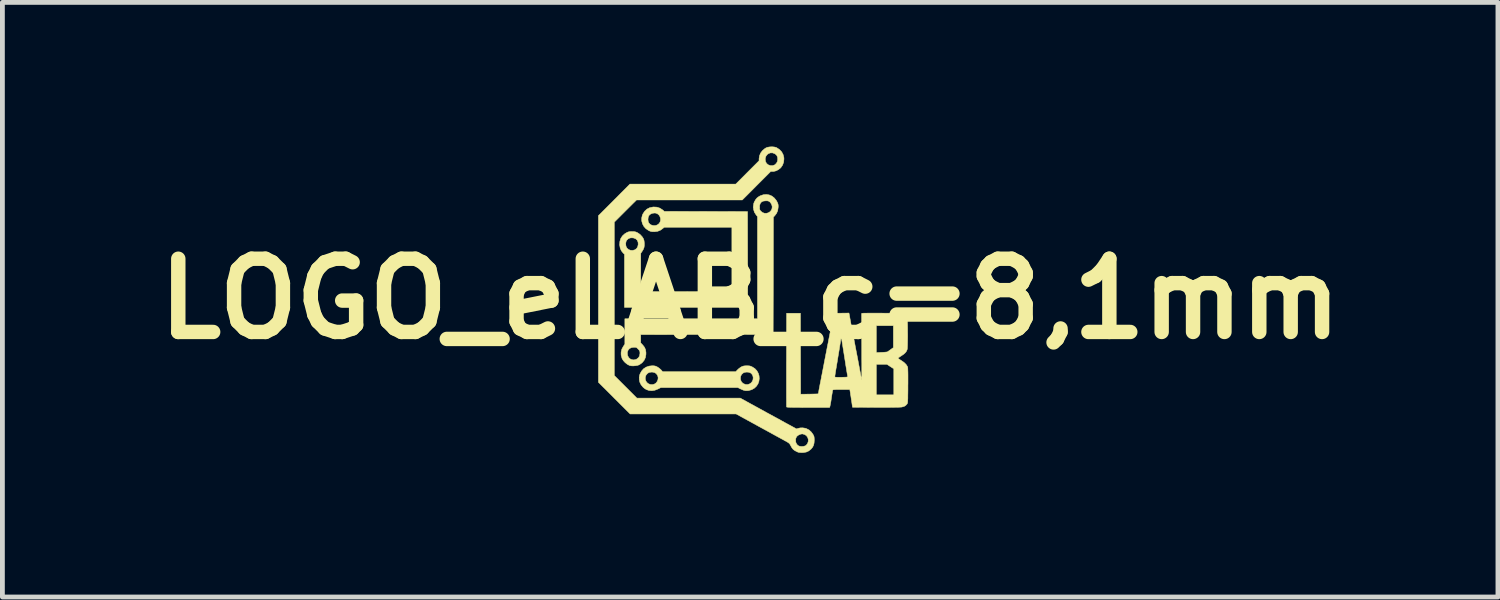
<source format=kicad_pcb>
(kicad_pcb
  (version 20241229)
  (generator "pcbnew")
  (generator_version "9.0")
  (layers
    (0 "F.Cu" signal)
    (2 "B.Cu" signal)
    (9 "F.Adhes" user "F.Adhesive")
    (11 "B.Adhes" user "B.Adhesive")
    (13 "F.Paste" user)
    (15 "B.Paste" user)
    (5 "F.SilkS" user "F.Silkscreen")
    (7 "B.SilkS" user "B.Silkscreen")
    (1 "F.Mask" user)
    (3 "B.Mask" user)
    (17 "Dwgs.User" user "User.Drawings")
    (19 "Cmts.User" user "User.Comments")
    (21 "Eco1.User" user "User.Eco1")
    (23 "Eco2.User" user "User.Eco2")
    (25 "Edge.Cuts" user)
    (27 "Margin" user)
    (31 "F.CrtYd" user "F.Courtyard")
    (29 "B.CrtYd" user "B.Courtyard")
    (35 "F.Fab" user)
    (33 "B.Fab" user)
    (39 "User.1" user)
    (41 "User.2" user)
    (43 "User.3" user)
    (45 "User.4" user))
  (footprint "LOGO_eLAB_c=8,1mm"
    (layer "F.Cu")
    (at 12.562 3.169)
    (property "Reference" "LOGO_eLAB_c=8,1mm" (at 0 0 0) (layer "F.SilkS") (effects (font (size 1.524 1.524) (thickness 0.3))))
    (attr through_hole)
    (fp_poly (pts (xy -0.034 1.394) (xy -0.006 1.397) (xy 0.019 1.406) (xy 0.045 1.418) (xy 0.099 1.453) (xy 0.14 1.497) (xy 0.168 1.548) (xy 0.185 1.602) (xy 0.189 1.659) (xy 0.182 1.715) (xy 0.163 1.768) (xy 0.132 1.816) (xy 0.09 1.857) (xy 0.037 1.888) (xy 0.014 1.896) (xy -0.041 1.91) (xy -0.091 1.912) (xy -0.141 1.901) (xy -0.196 1.877) (xy -0.197 1.877) (xy -0.258 1.846) (xy -1.858 1.846) (xy -1.92 1.877) (xy -1.984 1.902) (xy -2.046 1.912) (xy -2.105 1.907) (xy -2.121 1.902) (xy -2.162 1.887) (xy -2.194 1.868) (xy -2.225 1.843) (xy -2.23 1.838) (xy -2.271 1.788) (xy -2.298 1.732) (xy -2.309 1.671) (xy -2.307 1.634) (xy -2.183 1.634) (xy -2.182 1.675) (xy -2.169 1.713) (xy -2.146 1.745) (xy -2.114 1.769) (xy -2.075 1.783) (xy -2.033 1.785) (xy -1.995 1.775) (xy -1.96 1.752) (xy -1.934 1.718) (xy -1.919 1.678) (xy -1.916 1.647) (xy -0.204 1.647) (xy -0.199 1.687) (xy -0.183 1.725) (xy -0.154 1.756) (xy -0.135 1.767) (xy -0.094 1.783) (xy -0.055 1.784) (xy -0.012 1.771) (xy -0.012 1.77) (xy 0.023 1.746) (xy 0.047 1.713) (xy 0.06 1.674) (xy 0.062 1.633) (xy 0.052 1.594) (xy 0.03 1.56) (xy 0.006 1.541) (xy -0.028 1.528) (xy -0.07 1.524) (xy -0.111 1.529) (xy -0.142 1.541) (xy -0.175 1.57) (xy -0.196 1.606) (xy -0.204 1.647) (xy -1.916 1.647) (xy -1.916 1.636) (xy -1.926 1.597) (xy -1.929 1.592) (xy -1.956 1.555) (xy -1.993 1.533) (xy -2.039 1.524) (xy -2.049 1.524) (xy -2.097 1.53) (xy -2.135 1.55) (xy -2.164 1.584) (xy -2.169 1.592) (xy -2.183 1.634) (xy -2.307 1.634) (xy -2.306 1.608) (xy -2.294 1.566) (xy -2.262 1.506) (xy -2.22 1.457) (xy -2.167 1.422) (xy -2.105 1.4) (xy -2.041 1.393) (xy -2.005 1.394) (xy -1.979 1.398) (xy -1.956 1.406) (xy -1.932 1.418) (xy -1.9 1.439) (xy -1.869 1.465) (xy -1.854 1.479) (xy -1.822 1.516) (xy -0.3 1.516) (xy -0.264 1.478) (xy -0.236 1.452) (xy -0.202 1.427) (xy -0.184 1.416) (xy -0.157 1.404) (xy -0.132 1.397) (xy -0.102 1.394) (xy -0.072 1.393) (xy -0.034 1.394)) (stroke (width 0.01) (type solid)) (fill yes) (layer "F.SilkS"))
    (fp_poly (pts (xy 0.395 -2.163) (xy 0.451 -2.139) (xy 0.5 -2.101) (xy 0.542 -2.05) (xy 0.565 -2.009) (xy 0.576 -1.982) (xy 0.582 -1.958) (xy 0.584 -1.93) (xy 0.582 -1.897) (xy 0.572 -1.833) (xy 0.548 -1.778) (xy 0.51 -1.728) (xy 0.506 -1.724) (xy 0.483 -1.701) (xy 0.481 -0.48) (xy 0.478 0.741) (xy -2.278 0.745) (xy -2.278 0.917) (xy -2.237 0.96) (xy -2.2 1.007) (xy -2.178 1.057) (xy -2.169 1.113) (xy -2.169 1.154) (xy -2.18 1.221) (xy -2.206 1.278) (xy -2.246 1.327) (xy -2.3 1.367) (xy -2.311 1.373) (xy -2.344 1.385) (xy -2.387 1.392) (xy -2.433 1.396) (xy -2.476 1.394) (xy -2.51 1.387) (xy -2.51 1.387) (xy -2.556 1.363) (xy -2.6 1.329) (xy -2.638 1.288) (xy -2.665 1.245) (xy -2.668 1.236) (xy -2.686 1.171) (xy -2.686 1.135) (xy -2.557 1.135) (xy -2.55 1.181) (xy -2.53 1.22) (xy -2.5 1.249) (xy -2.462 1.266) (xy -2.42 1.271) (xy -2.376 1.261) (xy -2.362 1.254) (xy -2.326 1.227) (xy -2.304 1.191) (xy -2.295 1.145) (xy -2.294 1.133) (xy -2.295 1.105) (xy -2.3 1.086) (xy -2.311 1.068) (xy -2.331 1.046) (xy -2.331 1.046) (xy -2.352 1.025) (xy -2.369 1.013) (xy -2.387 1.009) (xy -2.413 1.008) (xy -2.418 1.008) (xy -2.468 1.014) (xy -2.509 1.033) (xy -2.538 1.064) (xy -2.554 1.104) (xy -2.557 1.135) (xy -2.686 1.135) (xy -2.686 1.107) (xy -2.67 1.045) (xy -2.641 0.992) (xy -2.608 0.942) (xy -2.608 0.415) (xy 0.152 0.415) (xy 0.152 -1.712) (xy 0.123 -1.748) (xy 0.089 -1.801) (xy 0.07 -1.861) (xy 0.066 -1.908) (xy 0.195 -1.908) (xy 0.196 -1.876) (xy 0.201 -1.854) (xy 0.211 -1.836) (xy 0.218 -1.828) (xy 0.254 -1.797) (xy 0.297 -1.781) (xy 0.343 -1.781) (xy 0.378 -1.791) (xy 0.416 -1.815) (xy 0.442 -1.848) (xy 0.456 -1.887) (xy 0.457 -1.928) (xy 0.444 -1.969) (xy 0.419 -2.007) (xy 0.407 -2.018) (xy 0.388 -2.031) (xy 0.368 -2.038) (xy 0.34 -2.04) (xy 0.329 -2.04) (xy 0.278 -2.035) (xy 0.239 -2.019) (xy 0.213 -1.991) (xy 0.198 -1.95) (xy 0.195 -1.908) (xy 0.066 -1.908) (xy 0.065 -1.923) (xy 0.074 -1.984) (xy 0.086 -2.016) (xy 0.113 -2.064) (xy 0.143 -2.1) (xy 0.182 -2.129) (xy 0.209 -2.144) (xy 0.272 -2.166) (xy 0.334 -2.172) (xy 0.395 -2.163)) (stroke (width 0.01) (type solid)) (fill yes) (layer "F.SilkS"))
    (fp_poly (pts (xy -1.943 -1.908) (xy -1.881 -1.888) (xy -1.826 -1.853) (xy -1.822 -1.85) (xy -1.788 -1.82) (xy -0.921 -1.818) (xy -0.055 -1.816) (xy -0.053 -0.819) (xy -0.051 0.178) (xy -2.616 0.178) (xy -2.616 -0.928) (xy -2.645 -0.955) (xy -2.682 -1.002) (xy -2.705 -1.056) (xy -2.716 -1.119) (xy -2.716 -1.126) (xy -2.716 -1.135) (xy -2.591 -1.135) (xy -2.583 -1.091) (xy -2.563 -1.054) (xy -2.532 -1.027) (xy -2.494 -1.011) (xy -2.451 -1.007) (xy -2.406 -1.018) (xy -2.399 -1.021) (xy -2.364 -1.046) (xy -2.341 -1.083) (xy -2.331 -1.13) (xy -2.33 -1.134) (xy -2.334 -1.182) (xy -2.352 -1.221) (xy -2.382 -1.249) (xy -2.424 -1.266) (xy -2.462 -1.27) (xy -2.496 -1.267) (xy -2.522 -1.258) (xy -2.541 -1.247) (xy -2.568 -1.221) (xy -2.584 -1.19) (xy -2.59 -1.149) (xy -2.591 -1.135) (xy -2.716 -1.135) (xy -2.712 -1.195) (xy -2.693 -1.256) (xy -2.659 -1.309) (xy -2.611 -1.353) (xy -2.57 -1.378) (xy -2.544 -1.39) (xy -2.518 -1.397) (xy -2.488 -1.4) (xy -2.46 -1.4) (xy -2.421 -1.399) (xy -2.393 -1.395) (xy -2.368 -1.387) (xy -2.348 -1.378) (xy -2.294 -1.342) (xy -2.25 -1.295) (xy -2.229 -1.264) (xy -2.216 -1.237) (xy -2.208 -1.207) (xy -2.204 -1.168) (xy -2.203 -1.16) (xy -2.203 -1.109) (xy -2.209 -1.068) (xy -2.224 -1.03) (xy -2.248 -0.99) (xy -2.277 -0.947) (xy -2.278 -0.548) (xy -2.278 -0.148) (xy -2.21 -0.148) (xy -2.192 -0.148) (xy -2.159 -0.149) (xy -2.111 -0.149) (xy -2.05 -0.149) (xy -1.976 -0.149) (xy -1.892 -0.149) (xy -1.799 -0.149) (xy -1.697 -0.15) (xy -1.588 -0.15) (xy -1.473 -0.15) (xy -1.353 -0.15) (xy -1.262 -0.151) (xy -0.381 -0.152) (xy -0.381 -1.49) (xy -1.788 -1.49) (xy -1.819 -1.464) (xy -1.871 -1.427) (xy -1.927 -1.405) (xy -1.992 -1.397) (xy -2 -1.397) (xy -2.036 -1.398) (xy -2.064 -1.402) (xy -2.09 -1.411) (xy -2.118 -1.425) (xy -2.171 -1.461) (xy -2.212 -1.507) (xy -2.241 -1.561) (xy -2.257 -1.62) (xy -2.257 -1.65) (xy -2.127 -1.65) (xy -2.122 -1.608) (xy -2.111 -1.582) (xy -2.085 -1.552) (xy -2.049 -1.533) (xy -2.007 -1.524) (xy -1.964 -1.527) (xy -1.93 -1.54) (xy -1.896 -1.566) (xy -1.875 -1.6) (xy -1.865 -1.638) (xy -1.867 -1.677) (xy -1.879 -1.714) (xy -1.9 -1.746) (xy -1.931 -1.771) (xy -1.97 -1.785) (xy -1.992 -1.786) (xy -2.036 -1.78) (xy -2.075 -1.763) (xy -2.104 -1.737) (xy -2.109 -1.73) (xy -2.123 -1.693) (xy -2.127 -1.65) (xy -2.257 -1.65) (xy -2.258 -1.681) (xy -2.244 -1.741) (xy -2.232 -1.768) (xy -2.195 -1.824) (xy -2.148 -1.867) (xy -2.092 -1.896) (xy -2.027 -1.91) (xy -2.011 -1.912) (xy -1.943 -1.908)) (stroke (width 0.01) (type solid)) (fill yes) (layer "F.SilkS"))
    (fp_poly (pts (xy 0.502 -3.16) (xy 0.539 -3.151) (xy 0.55 -3.146) (xy 0.609 -3.107) (xy 0.655 -3.059) (xy 0.685 -3.003) (xy 0.701 -2.942) (xy 0.703 -2.911) (xy 0.696 -2.844) (xy 0.674 -2.783) (xy 0.64 -2.733) (xy 0.634 -2.726) (xy 0.589 -2.69) (xy 0.539 -2.664) (xy 0.487 -2.651) (xy 0.47 -2.65) (xy 0.427 -2.65) (xy 0.131 -2.354) (xy -0.165 -2.057) (xy -1.265 -2.057) (xy -2.366 -2.057) (xy -2.597 -1.827) (xy -2.828 -1.596) (xy -2.828 1.596) (xy -2.593 1.831) (xy -2.358 2.066) (xy -0.206 2.066) (xy -0.012 2.173) (xy 0.054 2.209) (xy 0.129 2.25) (xy 0.206 2.292) (xy 0.281 2.333) (xy 0.347 2.37) (xy 0.364 2.379) (xy 0.425 2.412) (xy 0.496 2.451) (xy 0.572 2.492) (xy 0.648 2.534) (xy 0.72 2.574) (xy 0.755 2.593) (xy 0.965 2.707) (xy 0.997 2.696) (xy 1.042 2.686) (xy 1.094 2.685) (xy 1.145 2.693) (xy 1.168 2.7) (xy 1.225 2.729) (xy 1.271 2.771) (xy 1.304 2.816) (xy 1.318 2.841) (xy 1.327 2.861) (xy 1.331 2.882) (xy 1.333 2.91) (xy 1.334 2.942) (xy 1.33 3) (xy 1.319 3.046) (xy 1.299 3.087) (xy 1.267 3.126) (xy 1.264 3.128) (xy 1.219 3.165) (xy 1.169 3.188) (xy 1.109 3.199) (xy 1.079 3.2) (xy 1.041 3.199) (xy 1.012 3.196) (xy 0.987 3.188) (xy 0.96 3.175) (xy 0.922 3.154) (xy 0.894 3.132) (xy 0.871 3.104) (xy 0.848 3.065) (xy 0.844 3.056) (xy 0.832 3.034) (xy 0.821 3.018) (xy 0.807 3.004) (xy 0.788 2.99) (xy 0.761 2.973) (xy 0.724 2.953) (xy 0.717 2.949) (xy 0.944 2.949) (xy 0.952 2.991) (xy 0.971 3.029) (xy 1.001 3.057) (xy 1.002 3.057) (xy 1.032 3.069) (xy 1.071 3.073) (xy 1.11 3.07) (xy 1.145 3.06) (xy 1.165 3.048) (xy 1.195 3.009) (xy 1.209 2.965) (xy 1.208 2.919) (xy 1.193 2.878) (xy 1.169 2.847) (xy 1.134 2.824) (xy 1.093 2.812) (xy 1.08 2.811) (xy 1.043 2.818) (xy 1.006 2.835) (xy 0.975 2.859) (xy 0.965 2.87) (xy 0.949 2.907) (xy 0.944 2.949) (xy 0.717 2.949) (xy 0.541 2.853) (xy 0.365 2.756) (xy 0.196 2.664) (xy 0.038 2.577) (xy -0.108 2.497) (xy -0.144 2.477) (xy -0.292 2.396) (xy -2.498 2.396) (xy -2.828 2.067) (xy -3.158 1.737) (xy -3.158 -1.731) (xy -2.83 -2.059) (xy -2.502 -2.388) (xy -1.401 -2.388) (xy -0.3 -2.388) (xy -0.058 -2.631) (xy 0.185 -2.874) (xy 0.185 -2.904) (xy 0.313 -2.904) (xy 0.32 -2.856) (xy 0.341 -2.818) (xy 0.375 -2.79) (xy 0.381 -2.787) (xy 0.423 -2.773) (xy 0.466 -2.772) (xy 0.504 -2.785) (xy 0.515 -2.791) (xy 0.548 -2.824) (xy 0.567 -2.861) (xy 0.573 -2.897) (xy 0.57 -2.945) (xy 0.554 -2.984) (xy 0.522 -3.014) (xy 0.512 -3.02) (xy 0.468 -3.037) (xy 0.425 -3.038) (xy 0.385 -3.025) (xy 0.352 -3.001) (xy 0.327 -2.966) (xy 0.314 -2.923) (xy 0.313 -2.904) (xy 0.185 -2.904) (xy 0.185 -2.919) (xy 0.194 -2.977) (xy 0.217 -3.033) (xy 0.254 -3.083) (xy 0.303 -3.125) (xy 0.332 -3.143) (xy 0.366 -3.155) (xy 0.409 -3.162) (xy 0.456 -3.164) (xy 0.502 -3.16)) (stroke (width 0.01) (type solid)) (fill yes) (layer "F.SilkS"))
    (fp_poly (pts (xy 2.065 0.341) (xy 2.071 0.374) (xy 2.078 0.414) (xy 2.083 0.44) (xy 2.088 0.467) (xy 2.095 0.507) (xy 2.104 0.555) (xy 2.114 0.607) (xy 2.121 0.643) (xy 2.131 0.697) (xy 2.144 0.763) (xy 2.158 0.835) (xy 2.172 0.908) (xy 2.185 0.978) (xy 2.188 0.995) (xy 2.21 1.108) (xy 2.229 1.206) (xy 2.245 1.29) (xy 2.258 1.362) (xy 2.27 1.422) (xy 2.279 1.472) (xy 2.287 1.513) (xy 2.294 1.546) (xy 2.299 1.574) (xy 2.303 1.596) (xy 2.307 1.615) (xy 2.308 1.621) (xy 2.314 1.652) (xy 2.319 1.676) (xy 2.322 1.689) (xy 2.322 1.69) (xy 2.323 1.682) (xy 2.323 1.658) (xy 2.323 1.62) (xy 2.323 1.569) (xy 2.323 1.506) (xy 2.323 1.432) (xy 2.323 1.363) (xy 2.625 1.363) (xy 2.625 1.998) (xy 2.989 1.998) (xy 2.989 1.456) (xy 2.918 1.41) (xy 2.847 1.363) (xy 2.625 1.363) (xy 2.323 1.363) (xy 2.323 1.349) (xy 2.322 1.257) (xy 2.322 1.159) (xy 2.322 1.054) (xy 2.322 0.999) (xy 2.32 0.559) (xy 2.625 0.559) (xy 2.625 1.119) (xy 2.735 1.114) (xy 2.777 1.112) (xy 2.814 1.109) (xy 2.841 1.106) (xy 2.855 1.104) (xy 2.856 1.103) (xy 2.867 1.096) (xy 2.888 1.081) (xy 2.915 1.062) (xy 2.923 1.056) (xy 2.98 1.015) (xy 2.98 0.559) (xy 2.625 0.559) (xy 2.32 0.559) (xy 2.319 0.305) (xy 2.339 0.3) (xy 2.352 0.299) (xy 2.379 0.298) (xy 2.42 0.298) (xy 2.473 0.297) (xy 2.535 0.297) (xy 2.606 0.297) (xy 2.683 0.297) (xy 2.765 0.298) (xy 2.86 0.299) (xy 2.939 0.299) (xy 3.004 0.3) (xy 3.057 0.301) (xy 3.099 0.302) (xy 3.131 0.304) (xy 3.155 0.305) (xy 3.172 0.307) (xy 3.185 0.31) (xy 3.193 0.313) (xy 3.196 0.315) (xy 3.236 0.345) (xy 3.262 0.385) (xy 3.267 0.397) (xy 3.269 0.413) (xy 3.272 0.444) (xy 3.273 0.486) (xy 3.275 0.539) (xy 3.276 0.598) (xy 3.276 0.662) (xy 3.277 0.729) (xy 3.277 0.795) (xy 3.276 0.859) (xy 3.275 0.917) (xy 3.274 0.968) (xy 3.272 1.01) (xy 3.27 1.038) (xy 3.268 1.051) (xy 3.254 1.087) (xy 3.231 1.119) (xy 3.198 1.15) (xy 3.151 1.182) (xy 3.149 1.184) (xy 3.119 1.203) (xy 3.094 1.22) (xy 3.079 1.231) (xy 3.076 1.234) (xy 3.082 1.241) (xy 3.099 1.254) (xy 3.125 1.272) (xy 3.142 1.282) (xy 3.201 1.323) (xy 3.244 1.365) (xy 3.271 1.406) (xy 3.277 1.422) (xy 3.28 1.439) (xy 3.281 1.473) (xy 3.283 1.522) (xy 3.284 1.586) (xy 3.284 1.665) (xy 3.284 1.757) (xy 3.283 1.809) (xy 3.283 1.896) (xy 3.282 1.968) (xy 3.281 2.026) (xy 3.281 2.072) (xy 3.279 2.108) (xy 3.278 2.135) (xy 3.276 2.154) (xy 3.274 2.168) (xy 3.271 2.177) (xy 3.267 2.184) (xy 3.263 2.19) (xy 3.236 2.219) (xy 3.205 2.238) (xy 3.164 2.25) (xy 3.149 2.253) (xy 3.129 2.254) (xy 3.093 2.256) (xy 3.042 2.257) (xy 2.978 2.258) (xy 2.903 2.259) (xy 2.816 2.259) (xy 2.721 2.259) (xy 2.617 2.259) (xy 2.612 2.259) (xy 2.129 2.256) (xy 2.111 2.13) (xy 2.103 2.08) (xy 2.096 2.031) (xy 2.089 1.986) (xy 2.084 1.953) (xy 2.083 1.946) (xy 2.073 1.888) (xy 1.897 1.888) (xy 1.838 1.888) (xy 1.794 1.888) (xy 1.762 1.889) (xy 1.741 1.891) (xy 1.728 1.893) (xy 1.721 1.897) (xy 1.718 1.901) (xy 1.716 1.907) (xy 1.713 1.921) (xy 1.709 1.949) (xy 1.702 1.988) (xy 1.695 2.034) (xy 1.689 2.074) (xy 1.682 2.124) (xy 1.674 2.168) (xy 1.667 2.205) (xy 1.662 2.231) (xy 1.659 2.242) (xy 1.651 2.261) (xy 1.206 2.261) (xy 1.104 2.261) (xy 1.017 2.26) (xy 0.945 2.26) (xy 0.886 2.259) (xy 0.84 2.258) (xy 0.806 2.257) (xy 0.781 2.255) (xy 0.766 2.253) (xy 0.758 2.251) (xy 0.757 2.25) (xy 0.757 2.24) (xy 0.756 2.215) (xy 0.756 2.174) (xy 0.756 2.12) (xy 0.755 2.054) (xy 0.755 1.975) (xy 0.755 1.887) (xy 0.755 1.789) (xy 0.755 1.682) (xy 0.755 1.568) (xy 0.755 1.449) (xy 0.755 1.323) (xy 0.756 1.27) (xy 0.758 0.301) (xy 1.046 0.301) (xy 1.048 1.143) (xy 1.05 1.985) (xy 1.226 1.983) (xy 1.279 1.982) (xy 1.326 1.981) (xy 1.366 1.98) (xy 1.394 1.979) (xy 1.409 1.978) (xy 1.411 1.977) (xy 1.417 1.968) (xy 1.424 1.947) (xy 1.426 1.933) (xy 1.429 1.912) (xy 1.435 1.878) (xy 1.444 1.834) (xy 1.453 1.783) (xy 1.464 1.729) (xy 1.465 1.723) (xy 1.477 1.662) (xy 1.485 1.621) (xy 1.761 1.621) (xy 1.763 1.625) (xy 1.771 1.629) (xy 1.786 1.631) (xy 1.812 1.632) (xy 1.851 1.632) (xy 1.897 1.632) (xy 1.948 1.631) (xy 1.984 1.63) (xy 2.008 1.628) (xy 2.022 1.626) (xy 2.028 1.623) (xy 2.029 1.617) (xy 2.029 1.613) (xy 2.026 1.598) (xy 2.02 1.566) (xy 2.012 1.518) (xy 2.002 1.456) (xy 1.989 1.378) (xy 1.975 1.286) (xy 1.958 1.179) (xy 1.939 1.059) (xy 1.939 1.058) (xy 1.929 0.998) (xy 1.92 0.942) (xy 1.912 0.893) (xy 1.905 0.853) (xy 1.901 0.826) (xy 1.898 0.813) (xy 1.895 0.799) (xy 1.892 0.801) (xy 1.89 0.817) (xy 1.888 0.833) (xy 1.883 0.863) (xy 1.877 0.906) (xy 1.868 0.959) (xy 1.859 1.019) (xy 1.848 1.086) (xy 1.836 1.157) (xy 1.824 1.229) (xy 1.813 1.3) (xy 1.801 1.369) (xy 1.791 1.432) (xy 1.786 1.458) (xy 1.778 1.507) (xy 1.771 1.551) (xy 1.766 1.586) (xy 1.762 1.611) (xy 1.761 1.621) (xy 1.485 1.621) (xy 1.491 1.589) (xy 1.506 1.512) (xy 1.521 1.434) (xy 1.535 1.363) (xy 1.537 1.35) (xy 1.55 1.283) (xy 1.564 1.211) (xy 1.578 1.139) (xy 1.591 1.072) (xy 1.602 1.016) (xy 1.604 1.003) (xy 1.619 0.931) (xy 1.635 0.845) (xy 1.654 0.751) (xy 1.673 0.653) (xy 1.692 0.554) (xy 1.71 0.459) (xy 1.721 0.402) (xy 1.741 0.301) (xy 1.898 0.298) (xy 2.056 0.296) (xy 2.065 0.341)) (stroke (width 0.01) (type solid)) (fill yes) (layer "F.SilkS")))
  (gr_rect
    (start -3 -3)
    (end 28.124 9.374)
    (stroke (width 0.1) (type default))
    (fill no)
    (layer "Edge.Cuts")))
</source>
